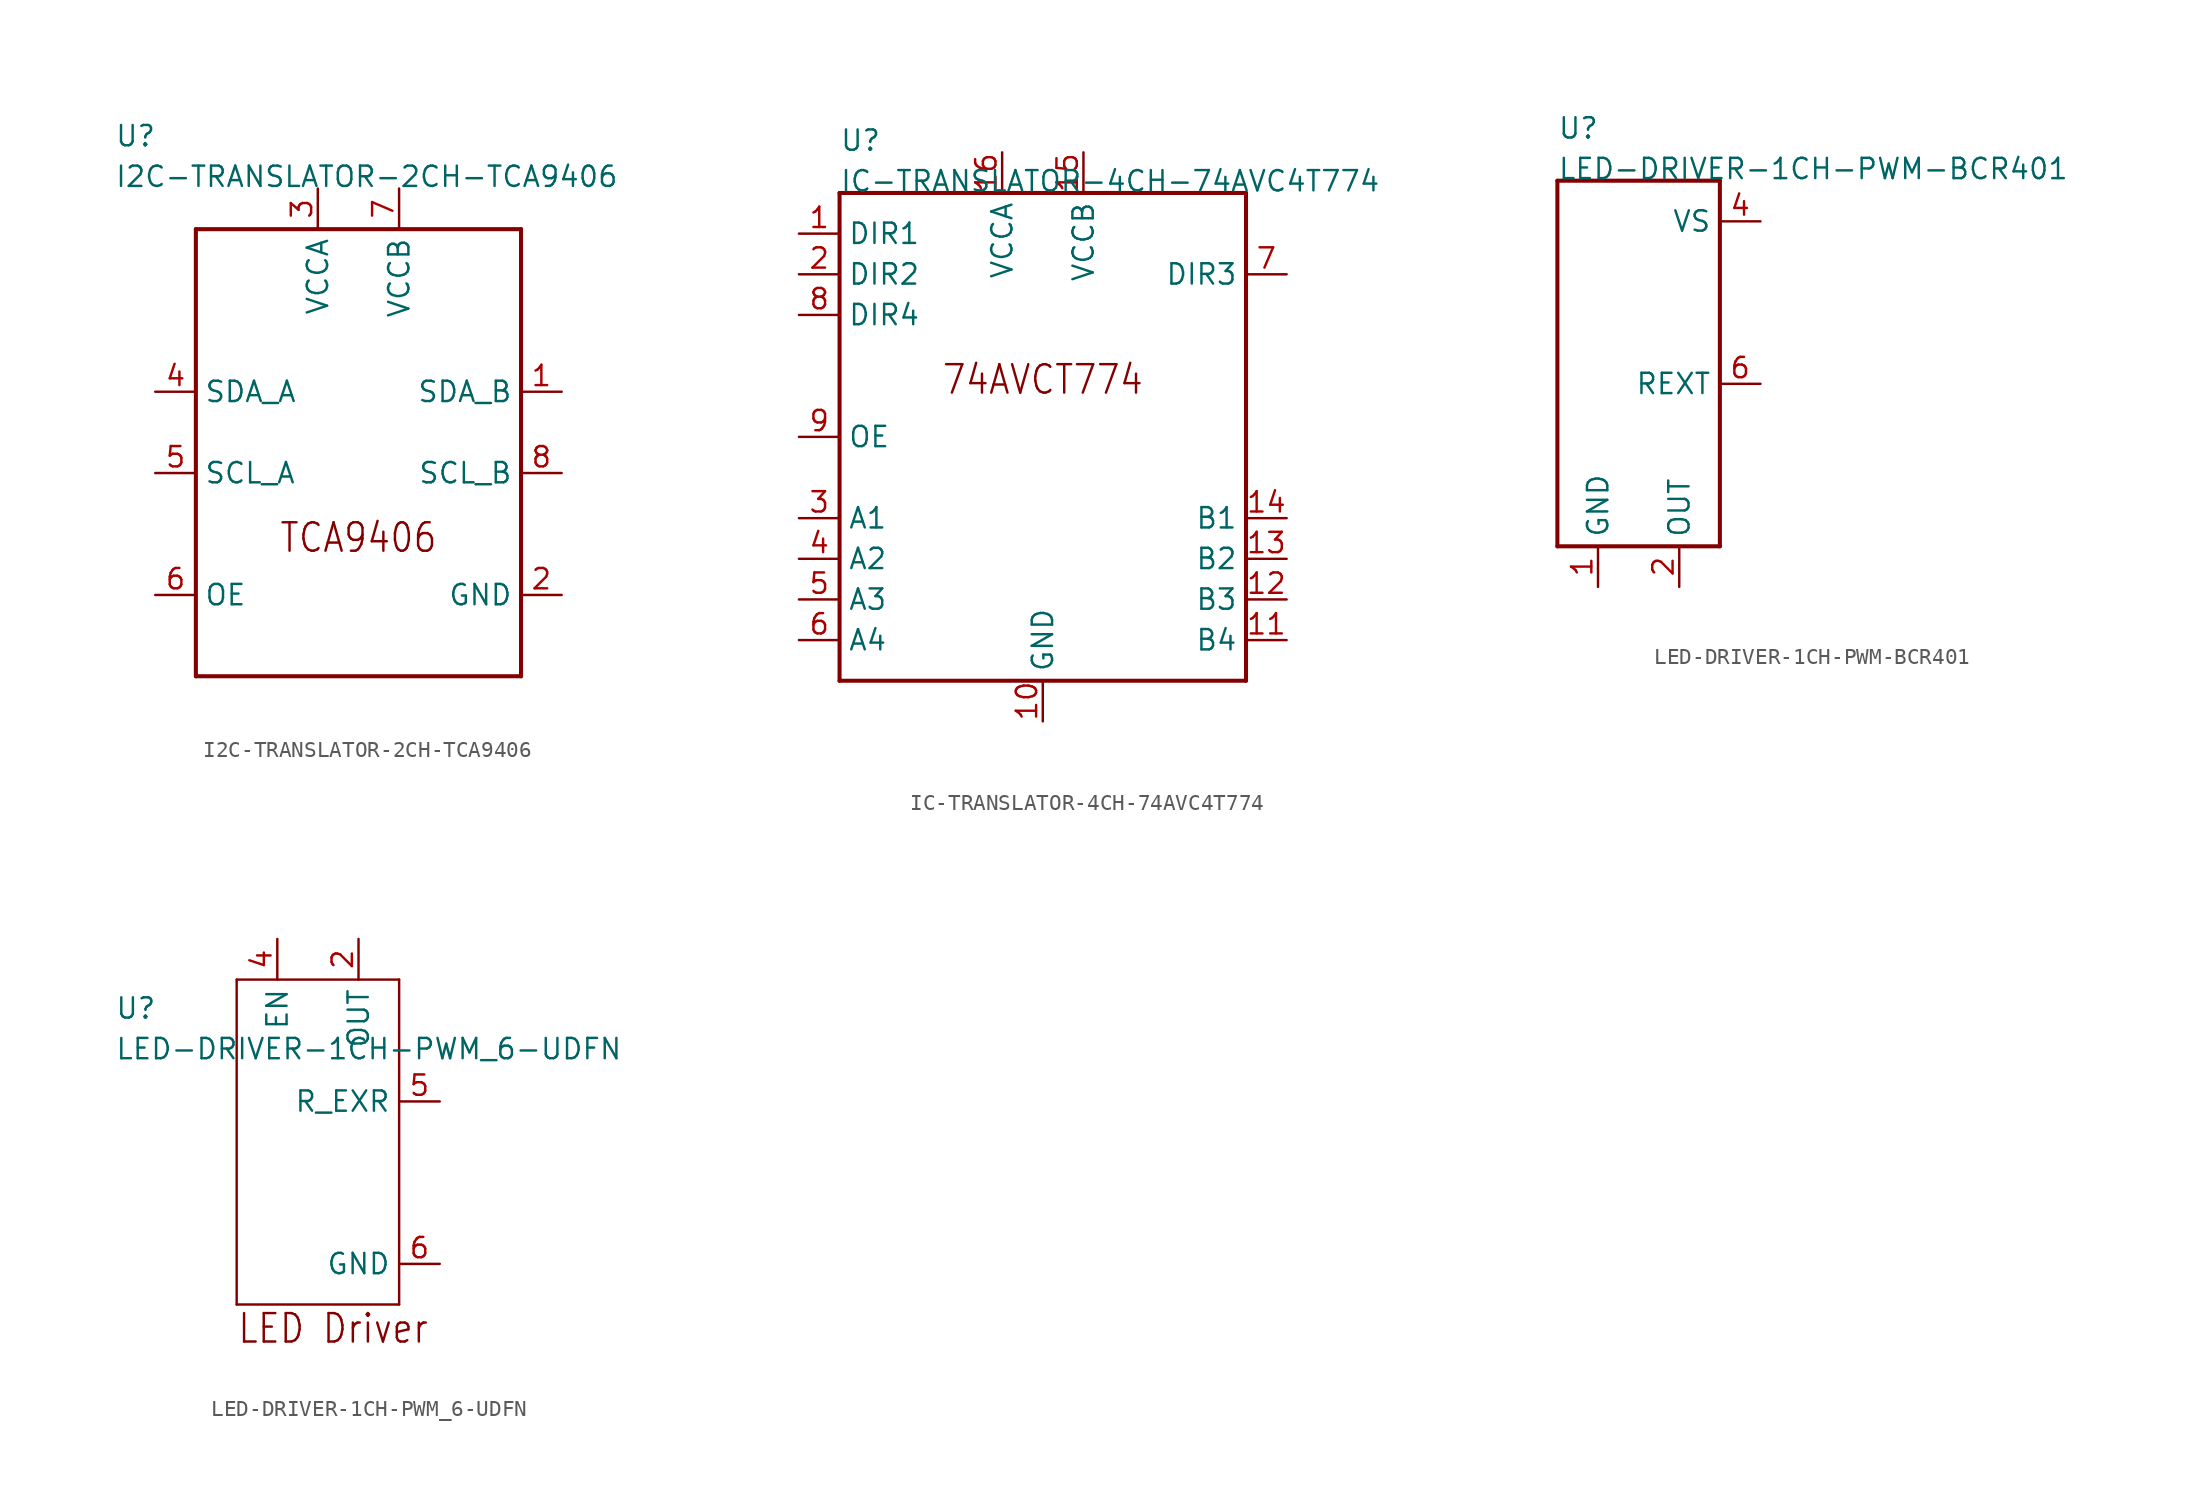
<source format=kicad_sym>
(kicad_symbol_lib
  (version 20211014)
  (generator kicad_symbol_editor)
  (symbol "I2C-TRANSLATOR-2CH-TCA9406"
    (pin_names)
    (property "Reference" "U"
      (at -15.24 17.78 0)
      (effects (font (size 1.27 1.27)) (justify left bottom)))
    (property "Value" "I2C-TRANSLATOR-2CH-TCA9406"
      (at -15.24 15.24 0)
      (effects (font (size 1.27 1.27)) (justify left bottom)))
    (property "Datasheet" ""
      (at 0 0 0))
    (property "ki_description" "TCA9406  - IC TRANSLTR BIDIRECTIONAL 8VSSOP   Technical Specifications:    Voltage Level Translator Bidirectional 1 Circuit 2 Channel 24Mbps 8-VSSOP   Translator Type: Voltage Level   2-bit, Bi-Directional, I2C/SMBus, UART, GPIO compatible   Voltage - VCCA: 1.6V~3.6V   Voltage - VCCB: 2.3V~5.5V    	      Component Search:  TCA9406   Datasheet:  TCA9406 2-Bit Bidirectional 1-MHz, I2C Bus and SMBus Voltage-Level Translator With 8-kV HBM ESD datasheet (Rev. G)  "
      (at 0 0 0))
    (property "ki_fp_filters" "FlashPCB_ICs:8-VSSOP-90MIL-2.3MM"
      (at 0 0 0))
    (symbol "I2C-TRANSLATOR-2CH-TCA9406_1_1"
      (text "TCA9406" (at 0 -7.62 0) (effects (font (size 1.778 1.52)) (justify bottom)))
      (polyline (pts (xy -10.16 12.7) (xy -10.16 -15.24)) (stroke (width 0.254)) (fill (type none)))
      (polyline (pts (xy -10.16 -15.24) (xy 10.16 -15.24)) (stroke (width 0.254)) (fill (type none)))
      (polyline (pts (xy 10.16 -15.24) (xy 10.16 12.7)) (stroke (width 0.254)) (fill (type none)))
      (polyline (pts (xy 10.16 12.7) (xy -10.16 12.7)) (stroke (width 0.254)) (fill (type none)))
      (pin bidirectional line (at -2.54 15.24 270) (length 2.54) (name "VCCA" (effects (font (size 1.27 1.27)))) (number "3" (effects (font (size 1.27 1.27)))))
      (pin bidirectional line (at 2.54 15.24 270) (length 2.54) (name "VCCB" (effects (font (size 1.27 1.27)))) (number "7" (effects (font (size 1.27 1.27)))))
      (pin bidirectional line (at -12.7 2.54 0) (length 2.54) (name "SDA_A" (effects (font (size 1.27 1.27)))) (number "4" (effects (font (size 1.27 1.27)))))
      (pin bidirectional line (at -12.7 -2.54 0) (length 2.54) (name "SCL_A" (effects (font (size 1.27 1.27)))) (number "5" (effects (font (size 1.27 1.27)))))
      (pin bidirectional line (at 12.7 2.54 180) (length 2.54) (name "SDA_B" (effects (font (size 1.27 1.27)))) (number "1" (effects (font (size 1.27 1.27)))))
      (pin bidirectional line (at 12.7 -2.54 180) (length 2.54) (name "SCL_B" (effects (font (size 1.27 1.27)))) (number "8" (effects (font (size 1.27 1.27)))))
      (pin bidirectional line (at -12.7 -10.16 0) (length 2.54) (name "OE" (effects (font (size 1.27 1.27)))) (number "6" (effects (font (size 1.27 1.27)))))
      (pin bidirectional line (at 12.7 -10.16 180) (length 2.54) (name "GND" (effects (font (size 1.27 1.27)))) (number "2" (effects (font (size 1.27 1.27)))))))
  (symbol "IC-TRANSLATOR-4CH-74AVC4T774"
    (pin_names)
    (property "Reference" "U"
      (at -12.7 17.78 0)
      (effects (font (size 1.27 1.27)) (justify left bottom)))
    (property "Value" "IC-TRANSLATOR-4CH-74AVC4T774"
      (at -12.7 15.24 0)
      (effects (font (size 1.27 1.27)) (justify left bottom)))
    (property "Datasheet" ""
      (at 0 0 0))
    (property "ki_description" "SN74AVC4T774  - IC TRANSLATOR BIDIR 16TSSOP  Technical Specifications:    Voltage Level Translator Bidirectional 1 Circuit 4 Channel 380Mbps 16-TSSOP   Translator Type: Voltage Level   Channels: 4   Channel Type: Bi-Directional   Dual-Rail Design   Power Supply (per rail): 1.1V~3.6V   Resolution: 4bit       Component Search:  SN74AVC4T774   Datasheet:  SN74AVC4T774 4-Bit Dual-Supply Bus Transceiver With Configurable Voltage-Level Shifting and 3-State Outputs With Independent Direction Control Inputs datasheet (Rev. G)  "
      (at 0 0 0))
    (property "ki_fp_filters" "FlashPCB_ICs:16-TSSOP"
      (at 0 0 0))
    (symbol "IC-TRANSLATOR-4CH-74AVC4T774_1_1"
      (text "74AVCT774" (at 0 2.54 0) (effects (font (size 1.778 1.52)) (justify bottom)))
      (polyline (pts (xy -12.7 15.24) (xy -12.7 -15.24)) (stroke (width 0.254)) (fill (type none)))
      (polyline (pts (xy -12.7 -15.24) (xy 12.7 -15.24)) (stroke (width 0.254)) (fill (type none)))
      (polyline (pts (xy 12.7 -15.24) (xy 12.7 15.24)) (stroke (width 0.254)) (fill (type none)))
      (polyline (pts (xy 12.7 15.24) (xy -12.7 15.24)) (stroke (width 0.254)) (fill (type none)))
      (pin bidirectional line (at -15.24 12.7 0) (length 2.54) (name "DIR1" (effects (font (size 1.27 1.27)))) (number "1" (effects (font (size 1.27 1.27)))))
      (pin bidirectional line (at -15.24 10.16 0) (length 2.54) (name "DIR2" (effects (font (size 1.27 1.27)))) (number "2" (effects (font (size 1.27 1.27)))))
      (pin bidirectional line (at 15.24 10.16 180) (length 2.54) (name "DIR3" (effects (font (size 1.27 1.27)))) (number "7" (effects (font (size 1.27 1.27)))))
      (pin bidirectional line (at -15.24 7.62 0) (length 2.54) (name "DIR4" (effects (font (size 1.27 1.27)))) (number "8" (effects (font (size 1.27 1.27)))))
      (pin bidirectional line (at -15.24 -5.08 0) (length 2.54) (name "A1" (effects (font (size 1.27 1.27)))) (number "3" (effects (font (size 1.27 1.27)))))
      (pin bidirectional line (at -15.24 -7.62 0) (length 2.54) (name "A2" (effects (font (size 1.27 1.27)))) (number "4" (effects (font (size 1.27 1.27)))))
      (pin bidirectional line (at -15.24 -10.16 0) (length 2.54) (name "A3" (effects (font (size 1.27 1.27)))) (number "5" (effects (font (size 1.27 1.27)))))
      (pin bidirectional line (at -15.24 -12.7 0) (length 2.54) (name "A4" (effects (font (size 1.27 1.27)))) (number "6" (effects (font (size 1.27 1.27)))))
      (pin bidirectional line (at 15.24 -5.08 180) (length 2.54) (name "B1" (effects (font (size 1.27 1.27)))) (number "14" (effects (font (size 1.27 1.27)))))
      (pin bidirectional line (at 15.24 -7.62 180) (length 2.54) (name "B2" (effects (font (size 1.27 1.27)))) (number "13" (effects (font (size 1.27 1.27)))))
      (pin bidirectional line (at 15.24 -10.16 180) (length 2.54) (name "B3" (effects (font (size 1.27 1.27)))) (number "12" (effects (font (size 1.27 1.27)))))
      (pin bidirectional line (at 15.24 -12.7 180) (length 2.54) (name "B4" (effects (font (size 1.27 1.27)))) (number "11" (effects (font (size 1.27 1.27)))))
      (pin bidirectional line (at 0 -17.78 90) (length 2.54) (name "GND" (effects (font (size 1.27 1.27)))) (number "10" (effects (font (size 1.27 1.27)))))
      (pin bidirectional line (at -2.54 17.78 270) (length 2.54) (name "VCCA" (effects (font (size 1.27 1.27)))) (number "16" (effects (font (size 1.27 1.27)))))
      (pin bidirectional line (at 2.54 17.78 270) (length 2.54) (name "VCCB" (effects (font (size 1.27 1.27)))) (number "15" (effects (font (size 1.27 1.27)))))
      (pin bidirectional line (at -15.24 0 0) (length 2.54) (name "OE" (effects (font (size 1.27 1.27)))) (number "9" (effects (font (size 1.27 1.27)))))))
  (symbol "LED-DRIVER-1CH-PWM-BCR401"
    (pin_names)
    (property "Reference" "U"
      (at -5.08 12.7 0)
      (effects (font (size 1.27 1.27)) (justify left bottom)))
    (property "Value" "LED-DRIVER-1CH-PWM-BCR401"
      (at -5.08 10.16 0)
      (effects (font (size 1.27 1.27)) (justify left bottom)))
    (property "Datasheet" ""
      (at 0 0 0))
    (property "ki_description" "LED DRIVER   - BCR401   Technical Specifications:    Number of Outputs: 1   Dimming: PWM       Component Search:  Infineon LED Driver BCR 401U E6327   Datasheet:  Infineon LED Driver BCR 401U E6327 "
      (at 0 0 0))
    (property "ki_fp_filters" "FlashPCB_ICs:SC-74-6 FlashPCB_ICs:SOT-23-6 FlashPCB_ICs:SOT-23-6_NOSILK"
      (at 0 0 0))
    (symbol "LED-DRIVER-1CH-PWM-BCR401_1_1"
      (polyline (pts (xy 5.08 10.16) (xy 5.08 -12.7)) (stroke (width 0.254)) (fill (type none)))
      (polyline (pts (xy 5.08 -12.7) (xy -5.08 -12.7)) (stroke (width 0.254)) (fill (type none)))
      (polyline (pts (xy -5.08 -12.7) (xy -5.08 10.16)) (stroke (width 0.254)) (fill (type none)))
      (polyline (pts (xy -5.08 10.16) (xy 5.08 10.16)) (stroke (width 0.254)) (fill (type none)))
      (pin bidirectional line (at 2.54 -15.24 90) (length 2.54) (name "OUT" (effects (font (size 1.27 1.27)))) (number "2" (effects (font (size 1.27 1.27)))))
      (pin bidirectional line (at 2.54 -15.24 90) (length 2.54) hide (name "OUT" (effects (font (size 1.27 1.27)))) (number "3" (effects (font (size 1.27 1.27)))))
      (pin bidirectional line (at 2.54 -15.24 90) (length 2.54) hide (name "OUT" (effects (font (size 1.27 1.27)))) (number "5" (effects (font (size 1.27 1.27)))))
      (pin bidirectional line (at -2.54 -15.24 90) (length 2.54) (name "GND" (effects (font (size 1.27 1.27)))) (number "1" (effects (font (size 1.27 1.27)))))
      (pin bidirectional line (at 7.62 7.62 180) (length 2.54) (name "VS" (effects (font (size 1.27 1.27)))) (number "4" (effects (font (size 1.27 1.27)))))
      (pin bidirectional line (at 7.62 -2.54 180) (length 2.54) (name "REXT" (effects (font (size 1.27 1.27)))) (number "6" (effects (font (size 1.27 1.27)))))))
  (symbol "LED-DRIVER-1CH-PWM_6-UDFN"
    (pin_names)
    (property "Reference" "U"
      (at -12.7 10.16 0)
      (effects (font (size 1.27 1.27)) (justify left bottom)))
    (property "Value" "LED-DRIVER-1CH-PWM_6-UDFN"
      (at -12.7 7.62 0)
      (effects (font (size 1.27 1.27)) (justify left bottom)))
    (property "Datasheet" ""
      (at 0 0 0))
    (property "ki_description" "LED Driver  - LED Driver IC 1 Output  PWM Dimming   Technical Specifications:    Dimming: PWM       Component Search:  [DATA SHEET NAME]   Datasheet:  BCR420UW6 / BCR421UW6   Datasheet:  BCR420UFDQ / BCR421UFDQ "
      (at 0 0 0))
    (property "ki_fp_filters" "FlashPCB_ICs:6-UDFN(2.0X2.0)"
      (at 0 0 0))
    (symbol "LED-DRIVER-1CH-PWM_6-UDFN_1_1"
      (text "LED Driver" (at -5.08 -10.16 0) (effects (font (size 1.778 1.52)) (justify left bottom)))
      (polyline (pts (xy -5.08 12.7) (xy 5.08 12.7)) (stroke (width 0.152)) (fill (type none)))
      (polyline (pts (xy 5.08 12.7) (xy 5.08 -7.62)) (stroke (width 0.152)) (fill (type none)))
      (polyline (pts (xy 5.08 -7.62) (xy -5.08 -7.62)) (stroke (width 0.152)) (fill (type none)))
      (polyline (pts (xy -5.08 -7.62) (xy -5.08 12.7)) (stroke (width 0.152)) (fill (type none)))
      (pin bidirectional line (at -2.54 15.24 270) (length 2.54) (name "EN" (effects (font (size 1.27 1.27)))) (number "4" (effects (font (size 1.27 1.27)))))
      (pin bidirectional line (at 2.54 15.24 270) (length 2.54) (name "OUT" (effects (font (size 1.27 1.27)))) (number "2" (effects (font (size 1.27 1.27)))))
      (pin bidirectional line (at 2.54 15.24 270) (length 2.54) hide (name "OUT" (effects (font (size 1.27 1.27)))) (number "TAB" (effects (font (size 1.27 1.27)))))
      (pin bidirectional line (at 7.62 5.08 180) (length 2.54) (name "R_EXR" (effects (font (size 1.27 1.27)))) (number "5" (effects (font (size 1.27 1.27)))))
      (pin bidirectional line (at 7.62 -5.08 180) (length 2.54) (name "GND" (effects (font (size 1.27 1.27)))) (number "6" (effects (font (size 1.27 1.27))))))))
</source>
